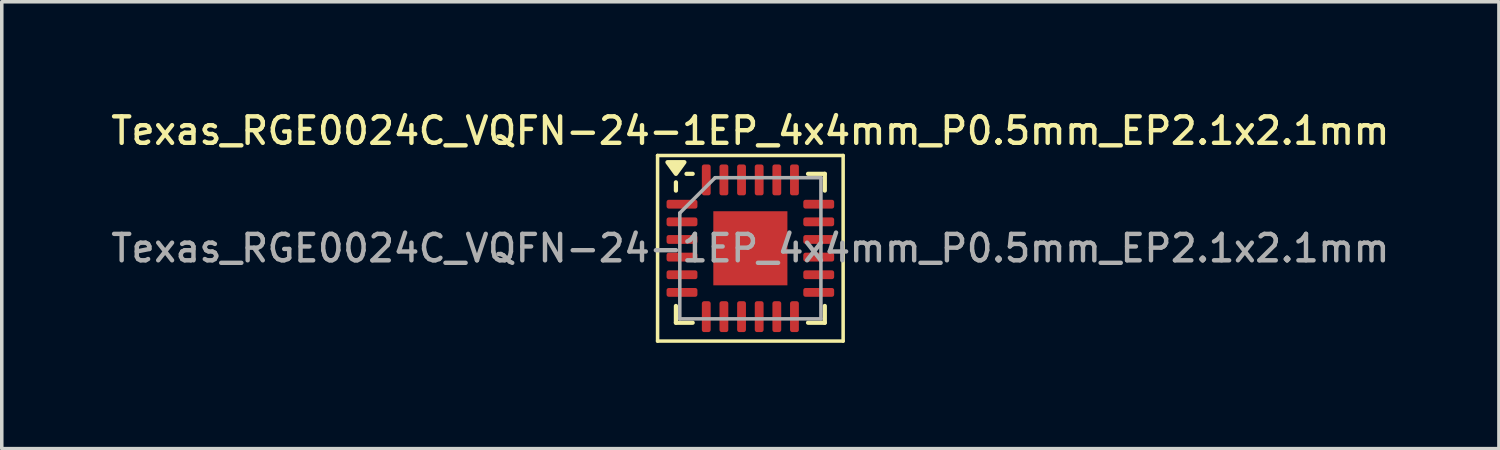
<source format=kicad_pcb>
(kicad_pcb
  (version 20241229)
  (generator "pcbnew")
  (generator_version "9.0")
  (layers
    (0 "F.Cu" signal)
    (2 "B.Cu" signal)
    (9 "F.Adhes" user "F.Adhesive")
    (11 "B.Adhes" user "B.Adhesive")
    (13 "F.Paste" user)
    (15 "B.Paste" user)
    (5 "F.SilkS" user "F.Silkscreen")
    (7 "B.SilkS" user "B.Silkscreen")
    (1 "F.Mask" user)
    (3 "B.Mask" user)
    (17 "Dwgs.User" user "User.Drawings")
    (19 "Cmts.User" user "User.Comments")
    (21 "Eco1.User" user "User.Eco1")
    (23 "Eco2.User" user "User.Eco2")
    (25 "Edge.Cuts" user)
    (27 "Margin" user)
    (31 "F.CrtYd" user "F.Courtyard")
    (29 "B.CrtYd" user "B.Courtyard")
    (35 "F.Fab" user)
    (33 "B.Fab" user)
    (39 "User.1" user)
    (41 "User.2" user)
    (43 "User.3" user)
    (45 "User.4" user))
  (footprint "Texas_RGE0024C_VQFN-24-1EP_4x4mm_P0.5mm_EP2.1x2.1mm"
    (layer "F.Cu")
    (at 18.22 3.988)
    (property "Reference" "Texas_RGE0024C_VQFN-24-1EP_4x4mm_P0.5mm_EP2.1x2.1mm" (at 0 -3.33 0) (layer "F.SilkS") (effects (font (size 0.75 0.75) (thickness 0.125))))
    (attr smd)
    (fp_line (start -2.63 -2.63) (end -2.63 2.63) (stroke (width 0.1) (type solid)) (layer "F.SilkS"))
    (fp_line (start -2.63 2.63) (end 2.63 2.63) (stroke (width 0.1) (type solid)) (layer "F.SilkS"))
    (fp_line (start -2.11 -1.635) (end -2.11 -1.87) (stroke (width 0.12) (type solid)) (layer "F.SilkS"))
    (fp_line (start -2.11 2.11) (end -2.11 1.635) (stroke (width 0.12) (type solid)) (layer "F.SilkS"))
    (fp_line (start -1.635 -2.11) (end -1.81 -2.11) (stroke (width 0.12) (type solid)) (layer "F.SilkS"))
    (fp_line (start -1.635 2.11) (end -2.11 2.11) (stroke (width 0.12) (type solid)) (layer "F.SilkS"))
    (fp_line (start 1.635 -2.11) (end 2.11 -2.11) (stroke (width 0.12) (type solid)) (layer "F.SilkS"))
    (fp_line (start 1.635 2.11) (end 2.11 2.11) (stroke (width 0.12) (type solid)) (layer "F.SilkS"))
    (fp_line (start 2.11 -2.11) (end 2.11 -1.635) (stroke (width 0.12) (type solid)) (layer "F.SilkS"))
    (fp_line (start 2.11 2.11) (end 2.11 1.635) (stroke (width 0.12) (type solid)) (layer "F.SilkS"))
    (fp_line (start 2.63 -2.63) (end -2.63 -2.63) (stroke (width 0.1) (type solid)) (layer "F.SilkS"))
    (fp_line (start 2.63 2.63) (end 2.63 -2.63) (stroke (width 0.1) (type solid)) (layer "F.SilkS"))
    (fp_poly (pts (xy -2.11 -2.11) (xy -2.35 -2.44) (xy -1.87 -2.44) (xy -2.11 -2.11)) (stroke (width 0.12) (type solid)) (fill yes) (layer "F.SilkS"))
    (fp_line (start -2 -1) (end -1 -2) (stroke (width 0.1) (type solid)) (layer "F.Fab"))
    (fp_line (start -2 2) (end -2 -1) (stroke (width 0.1) (type solid)) (layer "F.Fab"))
    (fp_line (start -1 -2) (end 2 -2) (stroke (width 0.1) (type solid)) (layer "F.Fab"))
    (fp_line (start 2 -2) (end 2 2) (stroke (width 0.1) (type solid)) (layer "F.Fab"))
    (fp_line (start 2 2) (end -2 2) (stroke (width 0.1) (type solid)) (layer "F.Fab"))
    (fp_text user "${REFERENCE}" (at 0 0 0) (layer "F.Fab") (effects (font (size 0.75 0.75) (thickness 0.125))))
    (pad "" smd roundrect (at -0.525 -0.525) (size 0.85 0.85) (layers "F.Paste") (roundrect_rratio 0.25))
    (pad "" smd roundrect (at -0.525 0.525) (size 0.85 0.85) (layers "F.Paste") (roundrect_rratio 0.25))
    (pad "" smd roundrect (at 0.525 -0.525) (size 0.85 0.85) (layers "F.Paste") (roundrect_rratio 0.25))
    (pad "" smd roundrect (at 0.525 0.525) (size 0.85 0.85) (layers "F.Paste") (roundrect_rratio 0.25))
    (pad "1" smd roundrect (at -1.938 -1.25) (size 0.875 0.25) (layers "F.Cu" "F.Mask" "F.Paste") (roundrect_rratio 0.25))
    (pad "2" smd roundrect (at -1.938 -0.75) (size 0.875 0.25) (layers "F.Cu" "F.Mask" "F.Paste") (roundrect_rratio 0.25))
    (pad "3" smd roundrect (at -1.938 -0.25) (size 0.875 0.25) (layers "F.Cu" "F.Mask" "F.Paste") (roundrect_rratio 0.25))
    (pad "4" smd roundrect (at -1.938 0.25) (size 0.875 0.25) (layers "F.Cu" "F.Mask" "F.Paste") (roundrect_rratio 0.25))
    (pad "5" smd roundrect (at -1.938 0.75) (size 0.875 0.25) (layers "F.Cu" "F.Mask" "F.Paste") (roundrect_rratio 0.25))
    (pad "6" smd roundrect (at -1.938 1.25) (size 0.875 0.25) (layers "F.Cu" "F.Mask" "F.Paste") (roundrect_rratio 0.25))
    (pad "7" smd roundrect (at -1.25 1.938) (size 0.25 0.875) (layers "F.Cu" "F.Mask" "F.Paste") (roundrect_rratio 0.25))
    (pad "8" smd roundrect (at -0.75 1.938) (size 0.25 0.875) (layers "F.Cu" "F.Mask" "F.Paste") (roundrect_rratio 0.25))
    (pad "9" smd roundrect (at -0.25 1.938) (size 0.25 0.875) (layers "F.Cu" "F.Mask" "F.Paste") (roundrect_rratio 0.25))
    (pad "10" smd roundrect (at 0.25 1.938) (size 0.25 0.875) (layers "F.Cu" "F.Mask" "F.Paste") (roundrect_rratio 0.25))
    (pad "11" smd roundrect (at 0.75 1.938) (size 0.25 0.875) (layers "F.Cu" "F.Mask" "F.Paste") (roundrect_rratio 0.25))
    (pad "12" smd roundrect (at 1.25 1.938) (size 0.25 0.875) (layers "F.Cu" "F.Mask" "F.Paste") (roundrect_rratio 0.25))
    (pad "13" smd roundrect (at 1.938 1.25) (size 0.875 0.25) (layers "F.Cu" "F.Mask" "F.Paste") (roundrect_rratio 0.25))
    (pad "14" smd roundrect (at 1.938 0.75) (size 0.875 0.25) (layers "F.Cu" "F.Mask" "F.Paste") (roundrect_rratio 0.25))
    (pad "15" smd roundrect (at 1.938 0.25) (size 0.875 0.25) (layers "F.Cu" "F.Mask" "F.Paste") (roundrect_rratio 0.25))
    (pad "16" smd roundrect (at 1.938 -0.25) (size 0.875 0.25) (layers "F.Cu" "F.Mask" "F.Paste") (roundrect_rratio 0.25))
    (pad "17" smd roundrect (at 1.938 -0.75) (size 0.875 0.25) (layers "F.Cu" "F.Mask" "F.Paste") (roundrect_rratio 0.25))
    (pad "18" smd roundrect (at 1.938 -1.25) (size 0.875 0.25) (layers "F.Cu" "F.Mask" "F.Paste") (roundrect_rratio 0.25))
    (pad "19" smd roundrect (at 1.25 -1.938) (size 0.25 0.875) (layers "F.Cu" "F.Mask" "F.Paste") (roundrect_rratio 0.25))
    (pad "20" smd roundrect (at 0.75 -1.938) (size 0.25 0.875) (layers "F.Cu" "F.Mask" "F.Paste") (roundrect_rratio 0.25))
    (pad "21" smd roundrect (at 0.25 -1.938) (size 0.25 0.875) (layers "F.Cu" "F.Mask" "F.Paste") (roundrect_rratio 0.25))
    (pad "22" smd roundrect (at -0.25 -1.938) (size 0.25 0.875) (layers "F.Cu" "F.Mask" "F.Paste") (roundrect_rratio 0.25))
    (pad "23" smd roundrect (at -0.75 -1.938) (size 0.25 0.875) (layers "F.Cu" "F.Mask" "F.Paste") (roundrect_rratio 0.25))
    (pad "24" smd roundrect (at -1.25 -1.938) (size 0.25 0.875) (layers "F.Cu" "F.Mask" "F.Paste") (roundrect_rratio 0.25))
    (pad "25" smd rect (at 0 0) (size 2.1 2.1) (property pad_prop_heatsink) (layers "F.Cu" "F.Mask")))
  (gr_rect
    (start -3 -3)
    (end 39.439 9.668)
    (stroke (width 0.1) (type default))
    (fill no)
    (layer "Edge.Cuts")))
</source>
